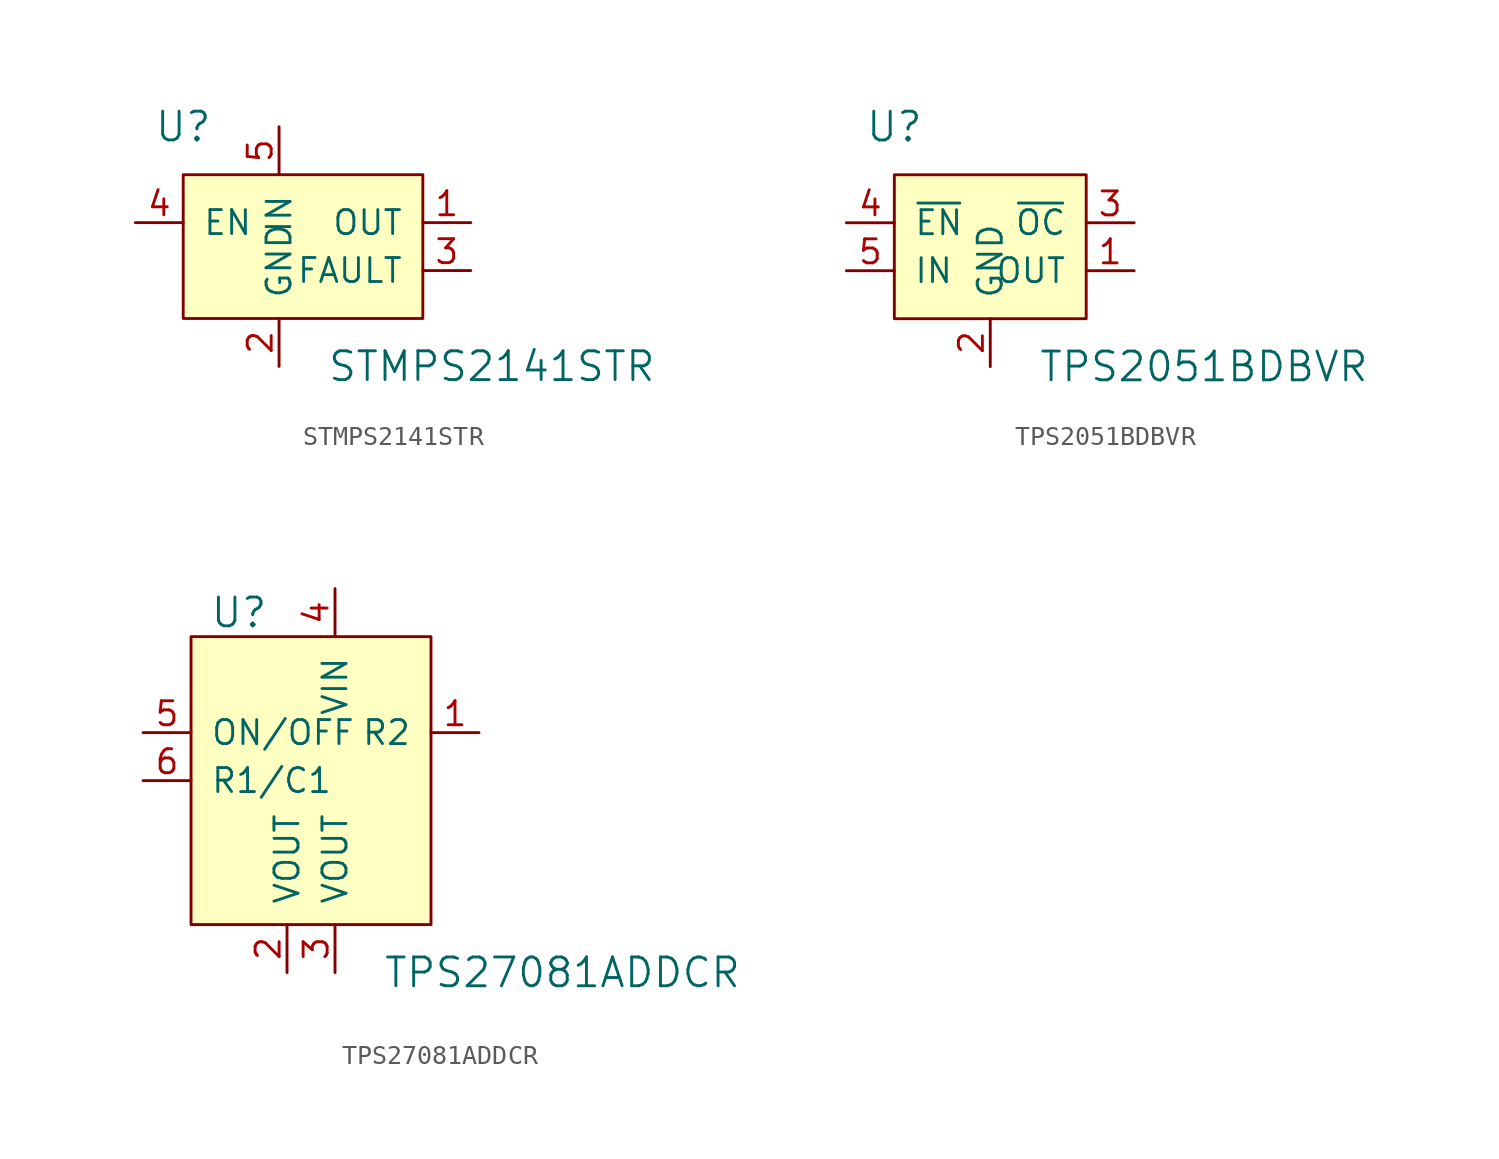
<source format=kicad_sym>
(kicad_symbol_lib
  (version 20231120)
  (generator "kicad_symbol_editor")
  (generator_version "8.0")
  (symbol "STMPS2141STR"
    (pin_names
      (offset 1.016))
    (property "Reference" "U"
      (at -7.62 5.08 0)
      (effects (font (size 1.524 1.524))))
    (property "Value" "STMPS2141STR"
      (at 0 -7.62 0)
      (effects (font (size 1.524 1.524)) (justify left)))
    (symbol "STMPS2141STR_0_1"
      (rectangle (start -7.62 2.54) (end 5.08 -5.08) (stroke (width 0) (type default)) (fill (type background))))
    (symbol "STMPS2141STR_1_1"
      (pin output line (at 7.62 0 180) (length 2.54) (name "OUT" (effects (font (size 1.27 1.27)))) (number "1" (effects (font (size 1.27 1.27)))))
      (pin power_in line (at -2.54 -7.62 90) (length 2.54) (name "GND" (effects (font (size 1.27 1.27)))) (number "2" (effects (font (size 1.27 1.27)))))
      (pin output line (at 7.62 -2.54 180) (length 2.54) (name "FAULT" (effects (font (size 1.27 1.27)))) (number "3" (effects (font (size 1.27 1.27)))))
      (pin input line (at -10.16 0 0) (length 2.54) (name "EN" (effects (font (size 1.27 1.27)))) (number "4" (effects (font (size 1.27 1.27)))))
      (pin power_in line (at -2.54 5.08 270) (length 2.54) (name "IN" (effects (font (size 1.27 1.27)))) (number "5" (effects (font (size 1.27 1.27)))))))
  (symbol "TPS2051BDBVR"
    (pin_names
      (offset 1.016))
    (property "Reference" "U"
      (at -5.08 5.08 0)
      (effects (font (size 1.524 1.524))))
    (property "Value" "TPS2051BDBVR"
      (at 2.54 -7.62 0)
      (effects (font (size 1.524 1.524)) (justify left)))
    (symbol "TPS2051BDBVR_0_1"
      (rectangle (start -5.08 2.54) (end 5.08 -5.08) (stroke (width 0) (type default)) (fill (type background))))
    (symbol "TPS2051BDBVR_1_1"
      (pin output line (at 7.62 -2.54 180) (length 2.54) (name "OUT" (effects (font (size 1.27 1.27)))) (number "1" (effects (font (size 1.27 1.27)))))
      (pin power_in line (at 0 -7.62 90) (length 2.54) (name "GND" (effects (font (size 1.27 1.27)))) (number "2" (effects (font (size 1.27 1.27)))))
      (pin output line (at 7.62 0 180) (length 2.54) (name "~{OC}" (effects (font (size 1.27 1.27)))) (number "3" (effects (font (size 1.27 1.27)))))
      (pin input line (at -7.62 0 0) (length 2.54) (name "~{EN}" (effects (font (size 1.27 1.27)))) (number "4" (effects (font (size 1.27 1.27)))))
      (pin input line (at -7.62 -2.54 0) (length 2.54) (name "IN" (effects (font (size 1.27 1.27)))) (number "5" (effects (font (size 1.27 1.27)))))))
  (symbol "TPS27081ADDCR"
    (pin_names
      (offset 1.016))
    (property "Reference" "U"
      (at -2.54 6.35 0)
      (effects (font (size 1.524 1.524))))
    (property "Value" "TPS27081ADDCR"
      (at 5.08 -12.7 0)
      (effects (font (size 1.524 1.524)) (justify left)))
    (symbol "TPS27081ADDCR_0_1"
      (rectangle (start -5.08 5.08) (end 7.62 -10.16) (stroke (width 0) (type default)) (fill (type background))))
    (symbol "TPS27081ADDCR_1_1"
      (pin output line (at 10.16 0 180) (length 2.54) (name "R2" (effects (font (size 1.27 1.27)))) (number "1" (effects (font (size 1.27 1.27)))))
      (pin power_in line (at 0 -12.7 90) (length 2.54) (name "VOUT" (effects (font (size 1.27 1.27)))) (number "2" (effects (font (size 1.27 1.27)))))
      (pin power_in line (at 2.54 -12.7 90) (length 2.54) (name "VOUT" (effects (font (size 1.27 1.27)))) (number "3" (effects (font (size 1.27 1.27)))))
      (pin power_in line (at 2.54 7.62 270) (length 2.54) (name "VIN" (effects (font (size 1.27 1.27)))) (number "4" (effects (font (size 1.27 1.27)))))
      (pin input line (at -7.62 0 0) (length 2.54) (name "ON/OFF" (effects (font (size 1.27 1.27)))) (number "5" (effects (font (size 1.27 1.27)))))
      (pin input line (at -7.62 -2.54 0) (length 2.54) (name "R1/C1" (effects (font (size 1.27 1.27)))) (number "6" (effects (font (size 1.27 1.27))))))))
</source>
